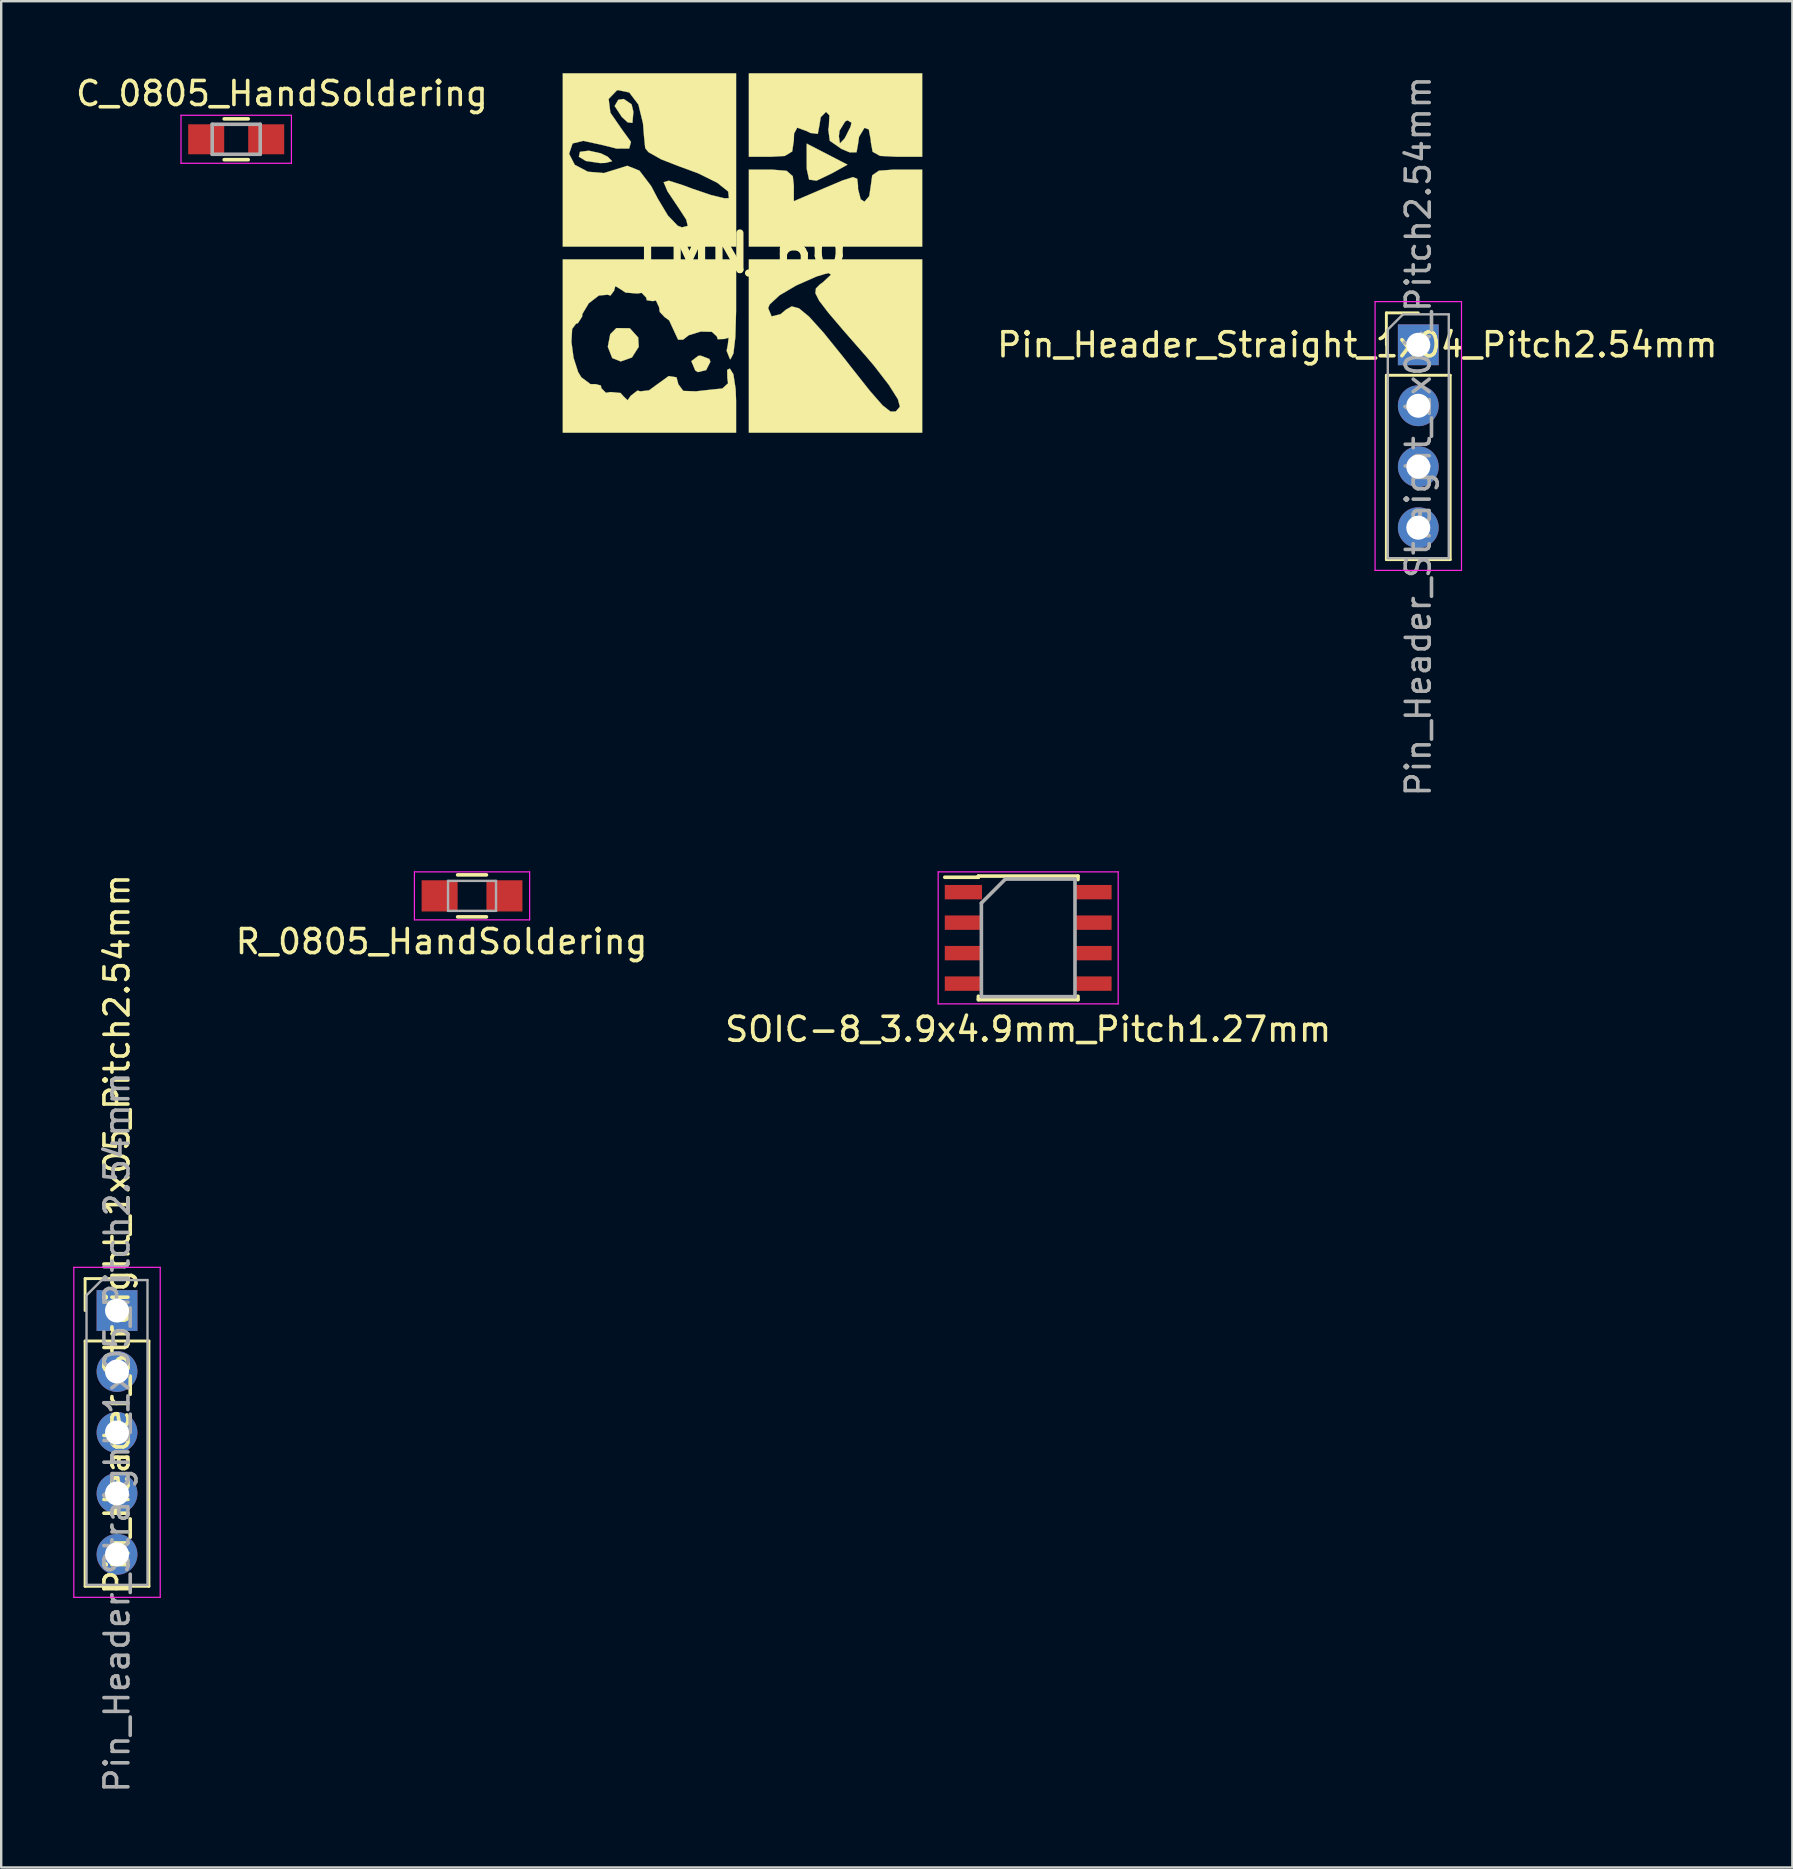
<source format=kicad_pcb>
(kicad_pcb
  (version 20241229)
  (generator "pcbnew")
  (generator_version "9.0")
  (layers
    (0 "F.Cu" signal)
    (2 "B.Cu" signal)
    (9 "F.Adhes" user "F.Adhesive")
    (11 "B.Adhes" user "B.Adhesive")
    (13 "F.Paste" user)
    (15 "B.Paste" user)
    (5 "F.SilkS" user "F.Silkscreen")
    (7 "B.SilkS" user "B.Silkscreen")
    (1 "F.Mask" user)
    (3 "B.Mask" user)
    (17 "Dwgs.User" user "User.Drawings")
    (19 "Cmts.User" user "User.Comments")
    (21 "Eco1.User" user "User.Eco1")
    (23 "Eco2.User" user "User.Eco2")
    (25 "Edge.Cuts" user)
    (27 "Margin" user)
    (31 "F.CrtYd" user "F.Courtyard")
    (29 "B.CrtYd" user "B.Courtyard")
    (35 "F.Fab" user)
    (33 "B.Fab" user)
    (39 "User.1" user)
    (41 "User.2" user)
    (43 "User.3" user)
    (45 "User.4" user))
  (footprint "Pin_Header_Straight_1x05_Pitch2.54mm"
    (layer "F.Cu")
    (at 1.825 51.55)
    (property "Reference" "Pin_Header_Straight_1x05_Pitch2.54mm" (at 0 -3.175 90) (layer "F.SilkS") (effects (font (size 1 1) (thickness 0.15))))
    (attr through_hole)
    (fp_line (start -1.33 -1.33) (end 0 -1.33) (stroke (width 0.12) (type solid)) (layer "F.SilkS"))
    (fp_line (start -1.33 0) (end -1.33 -1.33) (stroke (width 0.12) (type solid)) (layer "F.SilkS"))
    (fp_line (start -1.33 1.27) (end -1.33 11.49) (stroke (width 0.12) (type solid)) (layer "F.SilkS"))
    (fp_line (start -1.33 1.27) (end 1.33 1.27) (stroke (width 0.12) (type solid)) (layer "F.SilkS"))
    (fp_line (start -1.33 11.49) (end 1.33 11.49) (stroke (width 0.12) (type solid)) (layer "F.SilkS"))
    (fp_line (start 1.33 1.27) (end 1.33 11.49) (stroke (width 0.12) (type solid)) (layer "F.SilkS"))
    (fp_line (start -1.8 -1.8) (end -1.8 11.95) (stroke (width 0.05) (type solid)) (layer "F.CrtYd"))
    (fp_line (start -1.8 11.95) (end 1.8 11.95) (stroke (width 0.05) (type solid)) (layer "F.CrtYd"))
    (fp_line (start 1.8 -1.8) (end -1.8 -1.8) (stroke (width 0.05) (type solid)) (layer "F.CrtYd"))
    (fp_line (start 1.8 11.95) (end 1.8 -1.8) (stroke (width 0.05) (type solid)) (layer "F.CrtYd"))
    (fp_line (start -1.27 -0.635) (end -0.635 -1.27) (stroke (width 0.1) (type solid)) (layer "F.Fab"))
    (fp_line (start -1.27 11.43) (end -1.27 -0.635) (stroke (width 0.1) (type solid)) (layer "F.Fab"))
    (fp_line (start -0.635 -1.27) (end 1.27 -1.27) (stroke (width 0.1) (type solid)) (layer "F.Fab"))
    (fp_line (start 1.27 -1.27) (end 1.27 11.43) (stroke (width 0.1) (type solid)) (layer "F.Fab"))
    (fp_line (start 1.27 11.43) (end -1.27 11.43) (stroke (width 0.1) (type solid)) (layer "F.Fab"))
    (fp_text user "${REFERENCE}" (at 0 5.08 90) (layer "F.Fab") (effects (font (size 1 1) (thickness 0.15))))
    (pad "1" thru_hole rect (at 0 0) (size 1.7 1.7) (drill 1) (layers "*.Cu" "*.Mask"))
    (pad "2" thru_hole oval (at 0 2.54) (size 1.7 1.7) (drill 1) (layers "*.Cu" "*.Mask"))
    (pad "3" thru_hole oval (at 0 5.08) (size 1.7 1.7) (drill 1) (layers "*.Cu" "*.Mask"))
    (pad "4" thru_hole oval (at 0 7.62) (size 1.7 1.7) (drill 1) (layers "*.Cu" "*.Mask"))
    (pad "5" thru_hole oval (at 0 10.16) (size 1.7 1.7) (drill 1) (layers "*.Cu" "*.Mask")))
  (footprint "LMN_60"
    (layer "F.Cu")
    (at 27.884 7.491)
    (property "Reference" "LMN_60" (at 0 0 0) (layer "F.SilkS") (effects (font (size 1.524 1.524) (thickness 0.3))))
    (attr through_hole)
    (fp_poly (pts (xy 4.374 -3.68) (xy 3.724 -3.32) (xy 3.086 -3.014) (xy 2.775 -3.058) (xy 2.678 -3.498) (xy 2.674 -3.75) (xy 2.674 -4.559) (xy 4.374 -3.68)) (stroke (width 0.01) (type solid)) (fill yes) (layer "F.SilkS"))
    (fp_poly (pts (xy -4.62 -6.194) (xy -4.545 -5.882) (xy -4.586 -5.421) (xy -4.784 -5.443) (xy -5.027 -5.668) (xy -5.327 -6.124) (xy -5.176 -6.383) (xy -4.946 -6.417) (xy -4.62 -6.194)) (stroke (width 0.01) (type solid)) (fill yes) (layer "F.SilkS"))
    (fp_poly (pts (xy -1.382 4.414) (xy -1.337 4.529) (xy -1.514 4.879) (xy -1.857 4.962) (xy -1.968 4.894) (xy -2.131 4.506) (xy -1.844 4.286) (xy -1.738 4.278) (xy -1.382 4.414)) (stroke (width 0.01) (type solid)) (fill yes) (layer "F.SilkS"))
    (fp_poly (pts (xy -5.898 -4.151) (xy -5.615 -4.011) (xy -5.431 -3.824) (xy -5.71 -3.753) (xy -5.933 -3.747) (xy -6.525 -3.834) (xy -6.818 -4.011) (xy -6.77 -4.216) (xy -6.401 -4.263) (xy -5.898 -4.151)) (stroke (width 0.01) (type solid)) (fill yes) (layer "F.SilkS"))
    (fp_poly (pts (xy -4.694 3.135) (xy -4.345 3.52) (xy -4.322 3.906) (xy -4.604 4.351) (xy -5.074 4.518) (xy -5.427 4.376) (xy -5.611 3.907) (xy -5.51 3.382) (xy -5.256 3.128) (xy -4.694 3.135)) (stroke (width 0.01) (type solid)) (fill yes) (layer "F.SilkS"))
    (fp_poly (pts (xy 1.836 -3.425) (xy 2.096 -3.2) (xy 2.139 -2.817) (xy 2.139 -2.158) (xy 3.364 -2.683) (xy 4.173 -3.025) (xy 4.606 -3.162) (xy 4.78 -3.092) (xy 4.813 -2.815) (xy 4.813 -2.674) (xy 4.925 -2.239) (xy 5.08 -2.139) (xy 5.281 -2.368) (xy 5.347 -2.807) (xy 5.406 -3.238) (xy 5.681 -3.429) (xy 6.324 -3.476) (xy 6.417 -3.476) (xy 7.486 -3.476) (xy 7.486 -0.267) (xy 0.267 -0.267) (xy 0.267 -3.476) (xy 1.203 -3.476) (xy 1.836 -3.425)) (stroke (width 0.01) (type solid)) (fill yes) (layer "F.SilkS"))
    (fp_poly (pts (xy 7.486 7.486) (xy 0.267 7.486) (xy 0.267 2.296) (xy 1.069 2.296) (xy 1.214 2.641) (xy 1.588 2.548) (xy 1.812 2.359) (xy 2.05 2.224) (xy 2.352 2.304) (xy 2.772 2.649) (xy 3.37 3.311) (xy 4.201 4.339) (xy 4.564 4.804) (xy 5.323 5.762) (xy 5.834 6.345) (xy 6.166 6.606) (xy 6.389 6.601) (xy 6.56 6.401) (xy 6.473 6.088) (xy 6.094 5.489) (xy 5.493 4.71) (xy 5.17 4.329) (xy 4.219 3.241) (xy 3.575 2.485) (xy 3.195 1.988) (xy 3.037 1.676) (xy 3.06 1.476) (xy 3.22 1.315) (xy 3.369 1.203) (xy 3.689 0.902) (xy 3.577 0.83) (xy 3.084 0.979) (xy 2.259 1.343) (xy 2.223 1.361) (xy 1.545 1.761) (xy 1.13 2.146) (xy 1.069 2.296) (xy 0.267 2.296) (xy 0.267 0.267) (xy 7.486 0.267) (xy 7.486 7.486)) (stroke (width 0.01) (type solid)) (fill yes) (layer "F.SilkS"))
    (fp_poly (pts (xy 7.486 -4.011) (xy 6.417 -4.011) (xy 5.728 -4.046) (xy 5.422 -4.218) (xy 5.348 -4.622) (xy 5.347 -4.695) (xy 5.262 -5.15) (xy 5.08 -5.214) (xy 4.855 -4.836) (xy 4.813 -4.535) (xy 4.752 -4.196) (xy 4.47 -4.192) (xy 4.128 -4.334) (xy 3.638 -4.676) (xy 3.613 -4.864) (xy 4.015 -4.864) (xy 4.058 -4.564) (xy 4.243 -4.759) (xy 4.278 -4.813) (xy 4.505 -5.27) (xy 4.541 -5.43) (xy 4.378 -5.527) (xy 4.278 -5.481) (xy 4.045 -5.099) (xy 4.015 -4.864) (xy 3.613 -4.864) (xy 3.574 -5.153) (xy 3.598 -5.264) (xy 3.621 -5.735) (xy 3.481 -5.882) (xy 3.261 -5.658) (xy 3.208 -5.338) (xy 3.138 -4.963) (xy 2.828 -5.002) (xy 2.674 -5.08) (xy 2.281 -5.222) (xy 2.149 -4.977) (xy 2.139 -4.688) (xy 2.071 -4.23) (xy 1.761 -4.043) (xy 1.203 -4.011) (xy 0.267 -4.011) (xy 0.267 -7.486) (xy 7.486 -7.486) (xy 7.486 -4.011)) (stroke (width 0.01) (type solid)) (fill yes) (layer "F.SilkS"))
    (fp_poly (pts (xy -0.267 -0.267) (xy -7.486 -0.267) (xy -7.486 -4.123) (xy -7.219 -4.123) (xy -6.989 -3.676) (xy -6.439 -3.386) (xy -5.776 -3.331) (xy -5.401 -3.447) (xy -4.797 -3.634) (xy -4.292 -3.431) (xy -3.801 -2.784) (xy -3.528 -2.263) (xy -3.107 -1.561) (xy -2.696 -1.134) (xy -2.525 -1.069) (xy -2.28 -1.13) (xy -2.344 -1.391) (xy -2.612 -1.805) (xy -3.121 -2.565) (xy -3.285 -2.949) (xy -3.072 -3.013) (xy -2.449 -2.815) (xy -2.108 -2.686) (xy -1.319 -2.417) (xy -0.752 -2.279) (xy -0.567 -2.285) (xy -0.595 -2.562) (xy -1.051 -2.926) (xy -1.846 -3.32) (xy -2.607 -3.599) (xy -3.388 -3.902) (xy -3.916 -4.202) (xy -4.052 -4.366) (xy -4.102 -4.856) (xy -4.146 -5.405) (xy -4.337 -6.188) (xy -4.718 -6.689) (xy -5.193 -6.787) (xy -5.233 -6.773) (xy -5.576 -6.418) (xy -5.503 -5.844) (xy -5.034 -5.165) (xy -4.646 -4.629) (xy -4.72 -4.354) (xy -5.242 -4.35) (xy -5.793 -4.489) (xy -6.628 -4.673) (xy -7.079 -4.565) (xy -7.219 -4.147) (xy -7.219 -4.123) (xy -7.486 -4.123) (xy -7.486 -7.486) (xy -0.267 -7.486) (xy -0.267 -0.267)) (stroke (width 0.01) (type solid)) (fill yes) (layer "F.SilkS"))
    (fp_poly (pts (xy -0.267 2.422) (xy -0.296 3.495) (xy -0.377 4.186) (xy -0.501 4.427) (xy -0.523 4.419) (xy -0.661 4.073) (xy -0.611 3.824) (xy -0.578 3.53) (xy -0.757 3.581) (xy -1.034 3.591) (xy -1.069 3.475) (xy -1.277 3.283) (xy -1.746 3.274) (xy -2.24 3.426) (xy -2.473 3.609) (xy -2.682 3.612) (xy -2.839 3.275) (xy -3.055 2.808) (xy -3.24 2.674) (xy -3.447 2.456) (xy -3.476 2.257) (xy -3.605 1.98) (xy -3.743 2.005) (xy -3.989 1.968) (xy -4.011 1.859) (xy -4.202 1.659) (xy -4.379 1.688) (xy -4.873 1.649) (xy -5.047 1.53) (xy -5.299 1.378) (xy -5.347 1.567) (xy -5.502 1.775) (xy -5.617 1.737) (xy -5.986 1.772) (xy -6.405 2.096) (xy -6.667 2.533) (xy -6.684 2.655) (xy -6.861 2.93) (xy -6.93 2.941) (xy -7.097 3.164) (xy -7.127 3.705) (xy -7.037 4.369) (xy -6.846 4.962) (xy -6.715 5.177) (xy -6.331 5.464) (xy -6.119 5.462) (xy -5.9 5.52) (xy -5.882 5.628) (xy -5.69 5.824) (xy -5.498 5.792) (xy -5.079 5.832) (xy -4.964 5.964) (xy -4.785 6.135) (xy -4.656 5.947) (xy -4.375 5.731) (xy -4.253 5.764) (xy -3.894 5.721) (xy -3.588 5.498) (xy -3.075 5.127) (xy -2.748 5.178) (xy -2.674 5.465) (xy -2.467 5.745) (xy -1.938 5.763) (xy -1.256 5.686) (xy -0.84 5.645) (xy -0.601 5.428) (xy -0.631 5.214) (xy -0.637 4.869) (xy -0.526 4.813) (xy -0.379 5.053) (xy -0.285 5.668) (xy -0.267 6.149) (xy -0.267 7.486) (xy -7.486 7.486) (xy -7.486 0.267) (xy -0.267 0.267) (xy -0.267 2.422)) (stroke (width 0.01) (type solid)) (fill yes) (layer "F.SilkS")))
  (footprint "SOIC-8_3.9x4.9mm_Pitch1.27mm"
    (layer "F.Cu")
    (at 39.787 36.025)
    (property "Reference" "SOIC-8_3.9x4.9mm_Pitch1.27mm" (at 0 3.81 0) (layer "F.SilkS") (effects (font (size 1 1) (thickness 0.15))))
    (attr smd)
    (fp_line (start -2.075 -2.575) (end -2.075 -2.525) (stroke (width 0.15) (type solid)) (layer "F.SilkS"))
    (fp_line (start -2.075 -2.575) (end 2.075 -2.575) (stroke (width 0.15) (type solid)) (layer "F.SilkS"))
    (fp_line (start -2.075 -2.525) (end -3.475 -2.525) (stroke (width 0.15) (type solid)) (layer "F.SilkS"))
    (fp_line (start -2.075 2.575) (end -2.075 2.43) (stroke (width 0.15) (type solid)) (layer "F.SilkS"))
    (fp_line (start -2.075 2.575) (end 2.075 2.575) (stroke (width 0.15) (type solid)) (layer "F.SilkS"))
    (fp_line (start 2.075 -2.575) (end 2.075 -2.43) (stroke (width 0.15) (type solid)) (layer "F.SilkS"))
    (fp_line (start 2.075 2.575) (end 2.075 2.43) (stroke (width 0.15) (type solid)) (layer "F.SilkS"))
    (fp_line (start -3.75 -2.75) (end -3.75 2.75) (stroke (width 0.05) (type solid)) (layer "F.CrtYd"))
    (fp_line (start -3.75 -2.75) (end 3.75 -2.75) (stroke (width 0.05) (type solid)) (layer "F.CrtYd"))
    (fp_line (start -3.75 2.75) (end 3.75 2.75) (stroke (width 0.05) (type solid)) (layer "F.CrtYd"))
    (fp_line (start 3.75 -2.75) (end 3.75 2.75) (stroke (width 0.05) (type solid)) (layer "F.CrtYd"))
    (fp_line (start -1.95 -1.45) (end -0.95 -2.45) (stroke (width 0.15) (type solid)) (layer "F.Fab"))
    (fp_line (start -1.95 2.45) (end -1.95 -1.45) (stroke (width 0.15) (type solid)) (layer "F.Fab"))
    (fp_line (start -0.95 -2.45) (end 1.95 -2.45) (stroke (width 0.15) (type solid)) (layer "F.Fab"))
    (fp_line (start 1.95 -2.45) (end 1.95 2.45) (stroke (width 0.15) (type solid)) (layer "F.Fab"))
    (fp_line (start 1.95 2.45) (end -1.95 2.45) (stroke (width 0.15) (type solid)) (layer "F.Fab"))
    (pad "1" smd rect (at -2.7 -1.905) (size 1.55 0.6) (layers "F.Cu" "F.Mask" "F.Paste"))
    (pad "2" smd rect (at -2.7 -0.635) (size 1.55 0.6) (layers "F.Cu" "F.Mask" "F.Paste"))
    (pad "3" smd rect (at -2.7 0.635) (size 1.55 0.6) (layers "F.Cu" "F.Mask" "F.Paste"))
    (pad "4" smd rect (at -2.7 1.905) (size 1.55 0.6) (layers "F.Cu" "F.Mask" "F.Paste"))
    (pad "5" smd rect (at 2.7 1.905) (size 1.55 0.6) (layers "F.Cu" "F.Mask" "F.Paste"))
    (pad "6" smd rect (at 2.7 0.635) (size 1.55 0.6) (layers "F.Cu" "F.Mask" "F.Paste"))
    (pad "7" smd rect (at 2.7 -0.635) (size 1.55 0.6) (layers "F.Cu" "F.Mask" "F.Paste"))
    (pad "8" smd rect (at 2.7 -1.905) (size 1.55 0.6) (layers "F.Cu" "F.Mask" "F.Paste")))
  (footprint "Pin_Header_Straight_1x04_Pitch2.54mm"
    (layer "F.Cu")
    (at 56.04 11.315)
    (property "Reference" "Pin_Header_Straight_1x04_Pitch2.54mm" (at -2.54 0 0) (layer "F.SilkS") (effects (font (size 1 1) (thickness 0.15))))
    (attr through_hole)
    (fp_line (start -1.33 -1.33) (end 0 -1.33) (stroke (width 0.12) (type solid)) (layer "F.SilkS"))
    (fp_line (start -1.33 0) (end -1.33 -1.33) (stroke (width 0.12) (type solid)) (layer "F.SilkS"))
    (fp_line (start -1.33 1.27) (end -1.33 8.95) (stroke (width 0.12) (type solid)) (layer "F.SilkS"))
    (fp_line (start -1.33 1.27) (end 1.33 1.27) (stroke (width 0.12) (type solid)) (layer "F.SilkS"))
    (fp_line (start -1.33 8.95) (end 1.33 8.95) (stroke (width 0.12) (type solid)) (layer "F.SilkS"))
    (fp_line (start 1.33 1.27) (end 1.33 8.95) (stroke (width 0.12) (type solid)) (layer "F.SilkS"))
    (fp_line (start -1.8 -1.8) (end -1.8 9.4) (stroke (width 0.05) (type solid)) (layer "F.CrtYd"))
    (fp_line (start -1.8 9.4) (end 1.8 9.4) (stroke (width 0.05) (type solid)) (layer "F.CrtYd"))
    (fp_line (start 1.8 -1.8) (end -1.8 -1.8) (stroke (width 0.05) (type solid)) (layer "F.CrtYd"))
    (fp_line (start 1.8 9.4) (end 1.8 -1.8) (stroke (width 0.05) (type solid)) (layer "F.CrtYd"))
    (fp_line (start -1.27 -0.635) (end -0.635 -1.27) (stroke (width 0.1) (type solid)) (layer "F.Fab"))
    (fp_line (start -1.27 8.89) (end -1.27 -0.635) (stroke (width 0.1) (type solid)) (layer "F.Fab"))
    (fp_line (start -0.635 -1.27) (end 1.27 -1.27) (stroke (width 0.1) (type solid)) (layer "F.Fab"))
    (fp_line (start 1.27 -1.27) (end 1.27 8.89) (stroke (width 0.1) (type solid)) (layer "F.Fab"))
    (fp_line (start 1.27 8.89) (end -1.27 8.89) (stroke (width 0.1) (type solid)) (layer "F.Fab"))
    (fp_text user "${REFERENCE}" (at 0 3.81 90) (layer "F.Fab") (effects (font (size 1 1) (thickness 0.15))))
    (pad "1" thru_hole rect (at 0 0) (size 1.7 1.7) (drill 1) (layers "*.Cu" "*.Mask"))
    (pad "2" thru_hole oval (at 0 2.54) (size 1.7 1.7) (drill 1) (layers "*.Cu" "*.Mask"))
    (pad "3" thru_hole oval (at 0 5.08) (size 1.7 1.7) (drill 1) (layers "*.Cu" "*.Mask"))
    (pad "4" thru_hole oval (at 0 7.62) (size 1.7 1.7) (drill 1) (layers "*.Cu" "*.Mask")))
  (footprint "R_0805_HandSoldering"
    (layer "F.Cu")
    (at 16.616 34.275)
    (property "Reference" "R_0805_HandSoldering" (at -1.27 1.905 180) (layer "F.SilkS") (effects (font (size 1 1) (thickness 0.15))))
    (attr smd)
    (fp_line (start -0.6 -0.875) (end 0.6 -0.875) (stroke (width 0.15) (type solid)) (layer "F.SilkS"))
    (fp_line (start 0.6 0.875) (end -0.6 0.875) (stroke (width 0.15) (type solid)) (layer "F.SilkS"))
    (fp_line (start -2.4 -1) (end -2.4 1) (stroke (width 0.05) (type solid)) (layer "F.CrtYd"))
    (fp_line (start -2.4 -1) (end 2.4 -1) (stroke (width 0.05) (type solid)) (layer "F.CrtYd"))
    (fp_line (start -2.4 1) (end 2.4 1) (stroke (width 0.05) (type solid)) (layer "F.CrtYd"))
    (fp_line (start 2.4 -1) (end 2.4 1) (stroke (width 0.05) (type solid)) (layer "F.CrtYd"))
    (fp_line (start -1 -0.625) (end 1 -0.625) (stroke (width 0.1) (type solid)) (layer "F.Fab"))
    (fp_line (start -1 0.625) (end -1 -0.625) (stroke (width 0.1) (type solid)) (layer "F.Fab"))
    (fp_line (start 1 -0.625) (end 1 0.625) (stroke (width 0.1) (type solid)) (layer "F.Fab"))
    (fp_line (start 1 0.625) (end -1 0.625) (stroke (width 0.1) (type solid)) (layer "F.Fab"))
    (pad "1" smd rect (at -1.35 0) (size 1.5 1.3) (layers "F.Cu" "F.Mask" "F.Paste"))
    (pad "2" smd rect (at 1.35 0) (size 1.5 1.3) (layers "F.Cu" "F.Mask" "F.Paste")))
  (footprint "C_0805_HandSoldering"
    (layer "F.Cu")
    (at 6.791 2.753)
    (property "Reference" "C_0805_HandSoldering" (at 1.905 -1.905 0) (layer "F.SilkS") (effects (font (size 1 1) (thickness 0.15))))
    (attr smd)
    (fp_line (start -0.5 0.85) (end 0.5 0.85) (stroke (width 0.15) (type solid)) (layer "F.SilkS"))
    (fp_line (start 0.5 -0.85) (end -0.5 -0.85) (stroke (width 0.15) (type solid)) (layer "F.SilkS"))
    (fp_line (start -2.3 -1) (end -2.3 1) (stroke (width 0.05) (type solid)) (layer "F.CrtYd"))
    (fp_line (start -2.3 -1) (end 2.3 -1) (stroke (width 0.05) (type solid)) (layer "F.CrtYd"))
    (fp_line (start -2.3 1) (end 2.3 1) (stroke (width 0.05) (type solid)) (layer "F.CrtYd"))
    (fp_line (start 2.3 -1) (end 2.3 1) (stroke (width 0.05) (type solid)) (layer "F.CrtYd"))
    (fp_line (start -1 -0.625) (end 1 -0.625) (stroke (width 0.15) (type solid)) (layer "F.Fab"))
    (fp_line (start -1 0.625) (end -1 -0.625) (stroke (width 0.15) (type solid)) (layer "F.Fab"))
    (fp_line (start 1 -0.625) (end 1 0.625) (stroke (width 0.15) (type solid)) (layer "F.Fab"))
    (fp_line (start 1 0.625) (end -1 0.625) (stroke (width 0.15) (type solid)) (layer "F.Fab"))
    (pad "1" smd rect (at -1.25 0) (size 1.5 1.25) (layers "F.Cu" "F.Mask" "F.Paste"))
    (pad "2" smd rect (at 1.25 0) (size 1.5 1.25) (layers "F.Cu" "F.Mask" "F.Paste")))
  (gr_rect
    (start -3 -3)
    (end 71.625 74.755)
    (stroke (width 0.1) (type default))
    (fill no)
    (layer "Edge.Cuts")))
</source>
